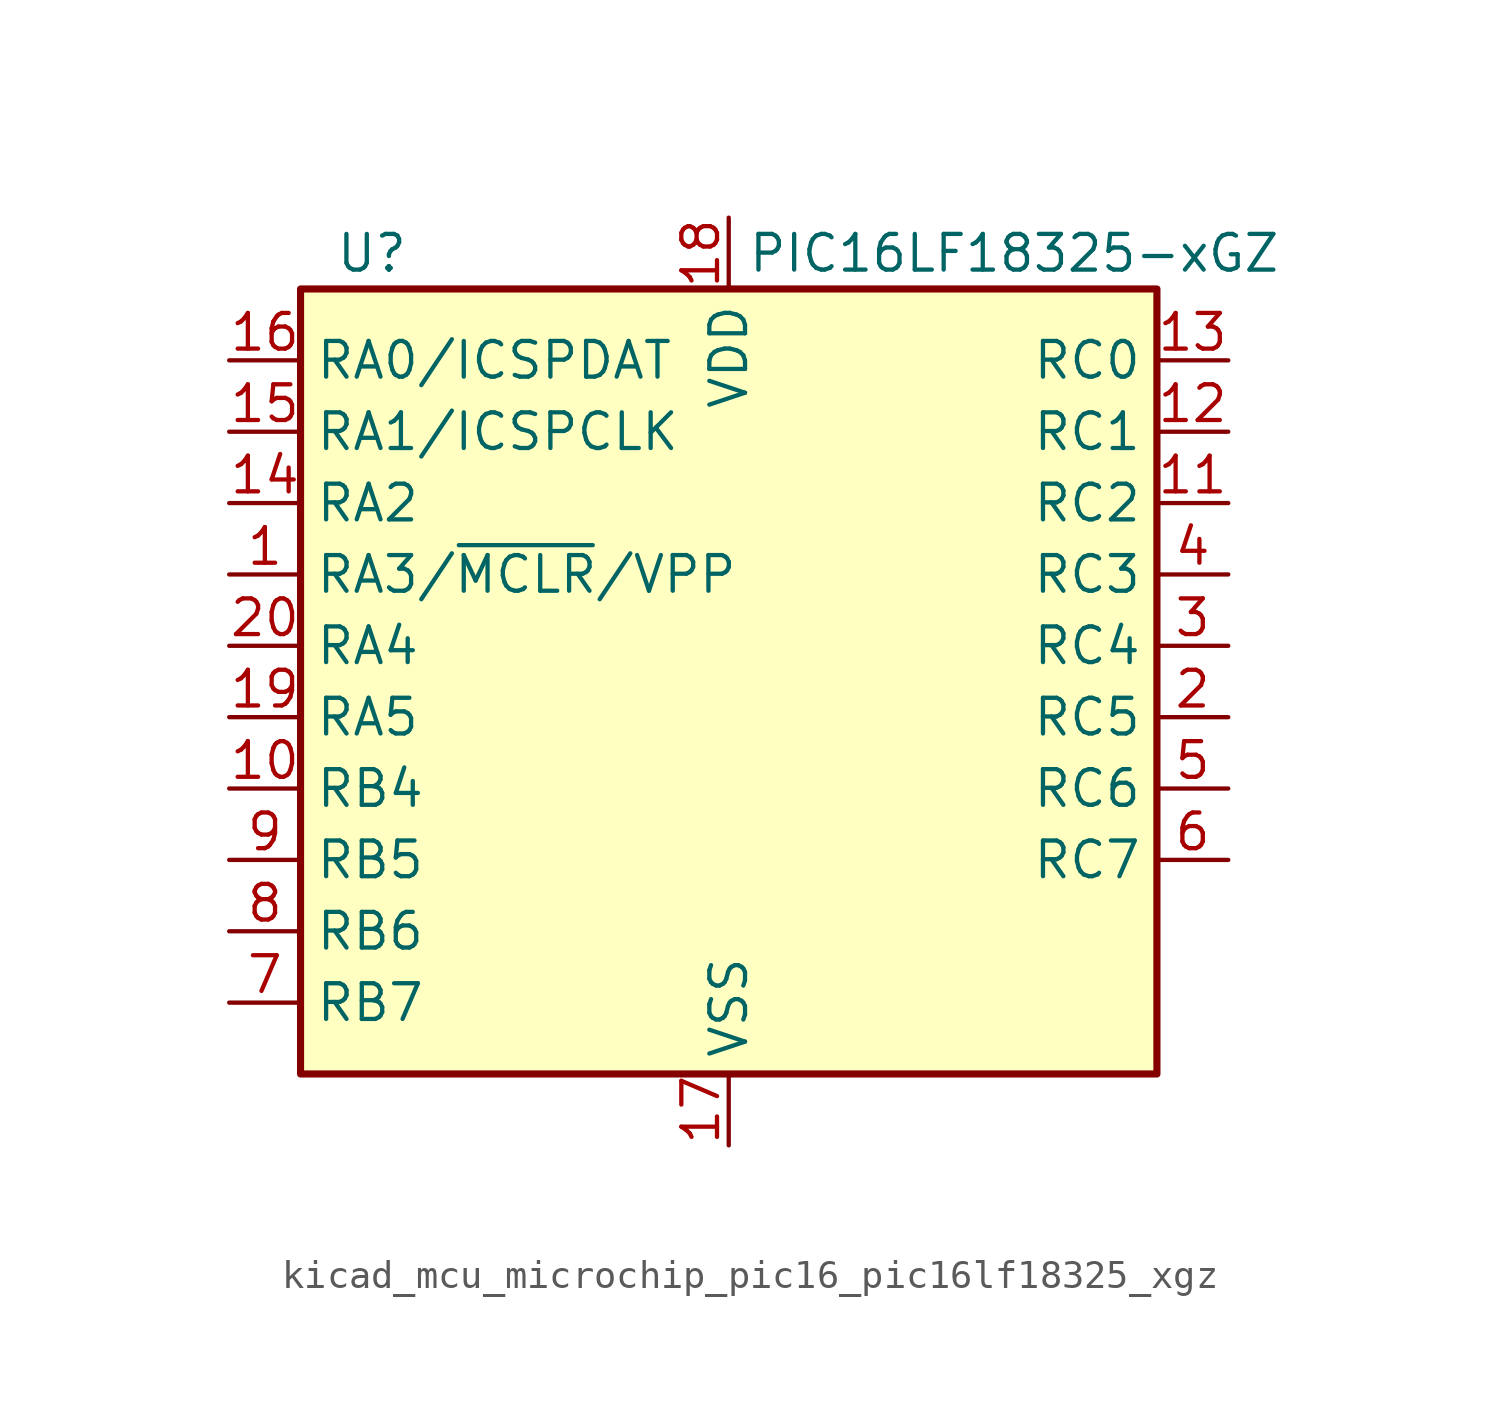
<source format=kicad_sym>
(kicad_symbol_lib
  (version 20220914)
  (generator kicad_symbol_editor)
  (symbol "kicad_mcu_microchip_pic16_pic16lf18325_xgz"
    (property "Reference" "U"
      (at -12.7 13.97 0)
      (effects (font (size 1.27 1.27))))
    (property "Value" "PIC16LF18325-xGZ"
      (at 10.16 13.97 0)
      (effects (font (size 1.27 1.27))))
    (symbol "kicad_mcu_microchip_pic16_pic16lf18325_xgz_1_1"
      (rectangle (start -15.24 12.7) (end 15.24 -15.24) (stroke (width 0.254) (type default)) (fill (type background)))
      (pin bidirectional line (at -17.78 2.54 0) (length 2.54) (name "RA3/~{MCLR}/VPP" (effects (font (size 1.27 1.27)))) (number "1" (effects (font (size 1.27 1.27)))))
      (pin bidirectional line (at -17.78 -5.08 0) (length 2.54) (name "RB4" (effects (font (size 1.27 1.27)))) (number "10" (effects (font (size 1.27 1.27)))))
      (pin bidirectional line (at 17.78 5.08 180) (length 2.54) (name "RC2" (effects (font (size 1.27 1.27)))) (number "11" (effects (font (size 1.27 1.27)))))
      (pin bidirectional line (at 17.78 7.62 180) (length 2.54) (name "RC1" (effects (font (size 1.27 1.27)))) (number "12" (effects (font (size 1.27 1.27)))))
      (pin bidirectional line (at 17.78 10.16 180) (length 2.54) (name "RC0" (effects (font (size 1.27 1.27)))) (number "13" (effects (font (size 1.27 1.27)))))
      (pin bidirectional line (at -17.78 5.08 0) (length 2.54) (name "RA2" (effects (font (size 1.27 1.27)))) (number "14" (effects (font (size 1.27 1.27)))))
      (pin bidirectional line (at -17.78 7.62 0) (length 2.54) (name "RA1/ICSPCLK" (effects (font (size 1.27 1.27)))) (number "15" (effects (font (size 1.27 1.27)))))
      (pin bidirectional line (at -17.78 10.16 0) (length 2.54) (name "RA0/ICSPDAT" (effects (font (size 1.27 1.27)))) (number "16" (effects (font (size 1.27 1.27)))))
      (pin power_in line (at 0 -17.78 90) (length 2.54) (name "VSS" (effects (font (size 1.27 1.27)))) (number "17" (effects (font (size 1.27 1.27)))))
      (pin power_in line (at 0 15.24 270) (length 2.54) (name "VDD" (effects (font (size 1.27 1.27)))) (number "18" (effects (font (size 1.27 1.27)))))
      (pin bidirectional line (at -17.78 -2.54 0) (length 2.54) (name "RA5" (effects (font (size 1.27 1.27)))) (number "19" (effects (font (size 1.27 1.27)))))
      (pin bidirectional line (at 17.78 -2.54 180) (length 2.54) (name "RC5" (effects (font (size 1.27 1.27)))) (number "2" (effects (font (size 1.27 1.27)))))
      (pin bidirectional line (at -17.78 0 0) (length 2.54) (name "RA4" (effects (font (size 1.27 1.27)))) (number "20" (effects (font (size 1.27 1.27)))))
      (pin passive line (at 0 -17.78 90) (length 2.54) hide (name "VSS" (effects (font (size 1.27 1.27)))) (number "21" (effects (font (size 1.27 1.27)))))
      (pin bidirectional line (at 17.78 0 180) (length 2.54) (name "RC4" (effects (font (size 1.27 1.27)))) (number "3" (effects (font (size 1.27 1.27)))))
      (pin bidirectional line (at 17.78 2.54 180) (length 2.54) (name "RC3" (effects (font (size 1.27 1.27)))) (number "4" (effects (font (size 1.27 1.27)))))
      (pin bidirectional line (at 17.78 -5.08 180) (length 2.54) (name "RC6" (effects (font (size 1.27 1.27)))) (number "5" (effects (font (size 1.27 1.27)))))
      (pin bidirectional line (at 17.78 -7.62 180) (length 2.54) (name "RC7" (effects (font (size 1.27 1.27)))) (number "6" (effects (font (size 1.27 1.27)))))
      (pin bidirectional line (at -17.78 -12.7 0) (length 2.54) (name "RB7" (effects (font (size 1.27 1.27)))) (number "7" (effects (font (size 1.27 1.27)))))
      (pin bidirectional line (at -17.78 -10.16 0) (length 2.54) (name "RB6" (effects (font (size 1.27 1.27)))) (number "8" (effects (font (size 1.27 1.27)))))
      (pin bidirectional line (at -17.78 -7.62 0) (length 2.54) (name "RB5" (effects (font (size 1.27 1.27)))) (number "9" (effects (font (size 1.27 1.27))))))))
</source>
